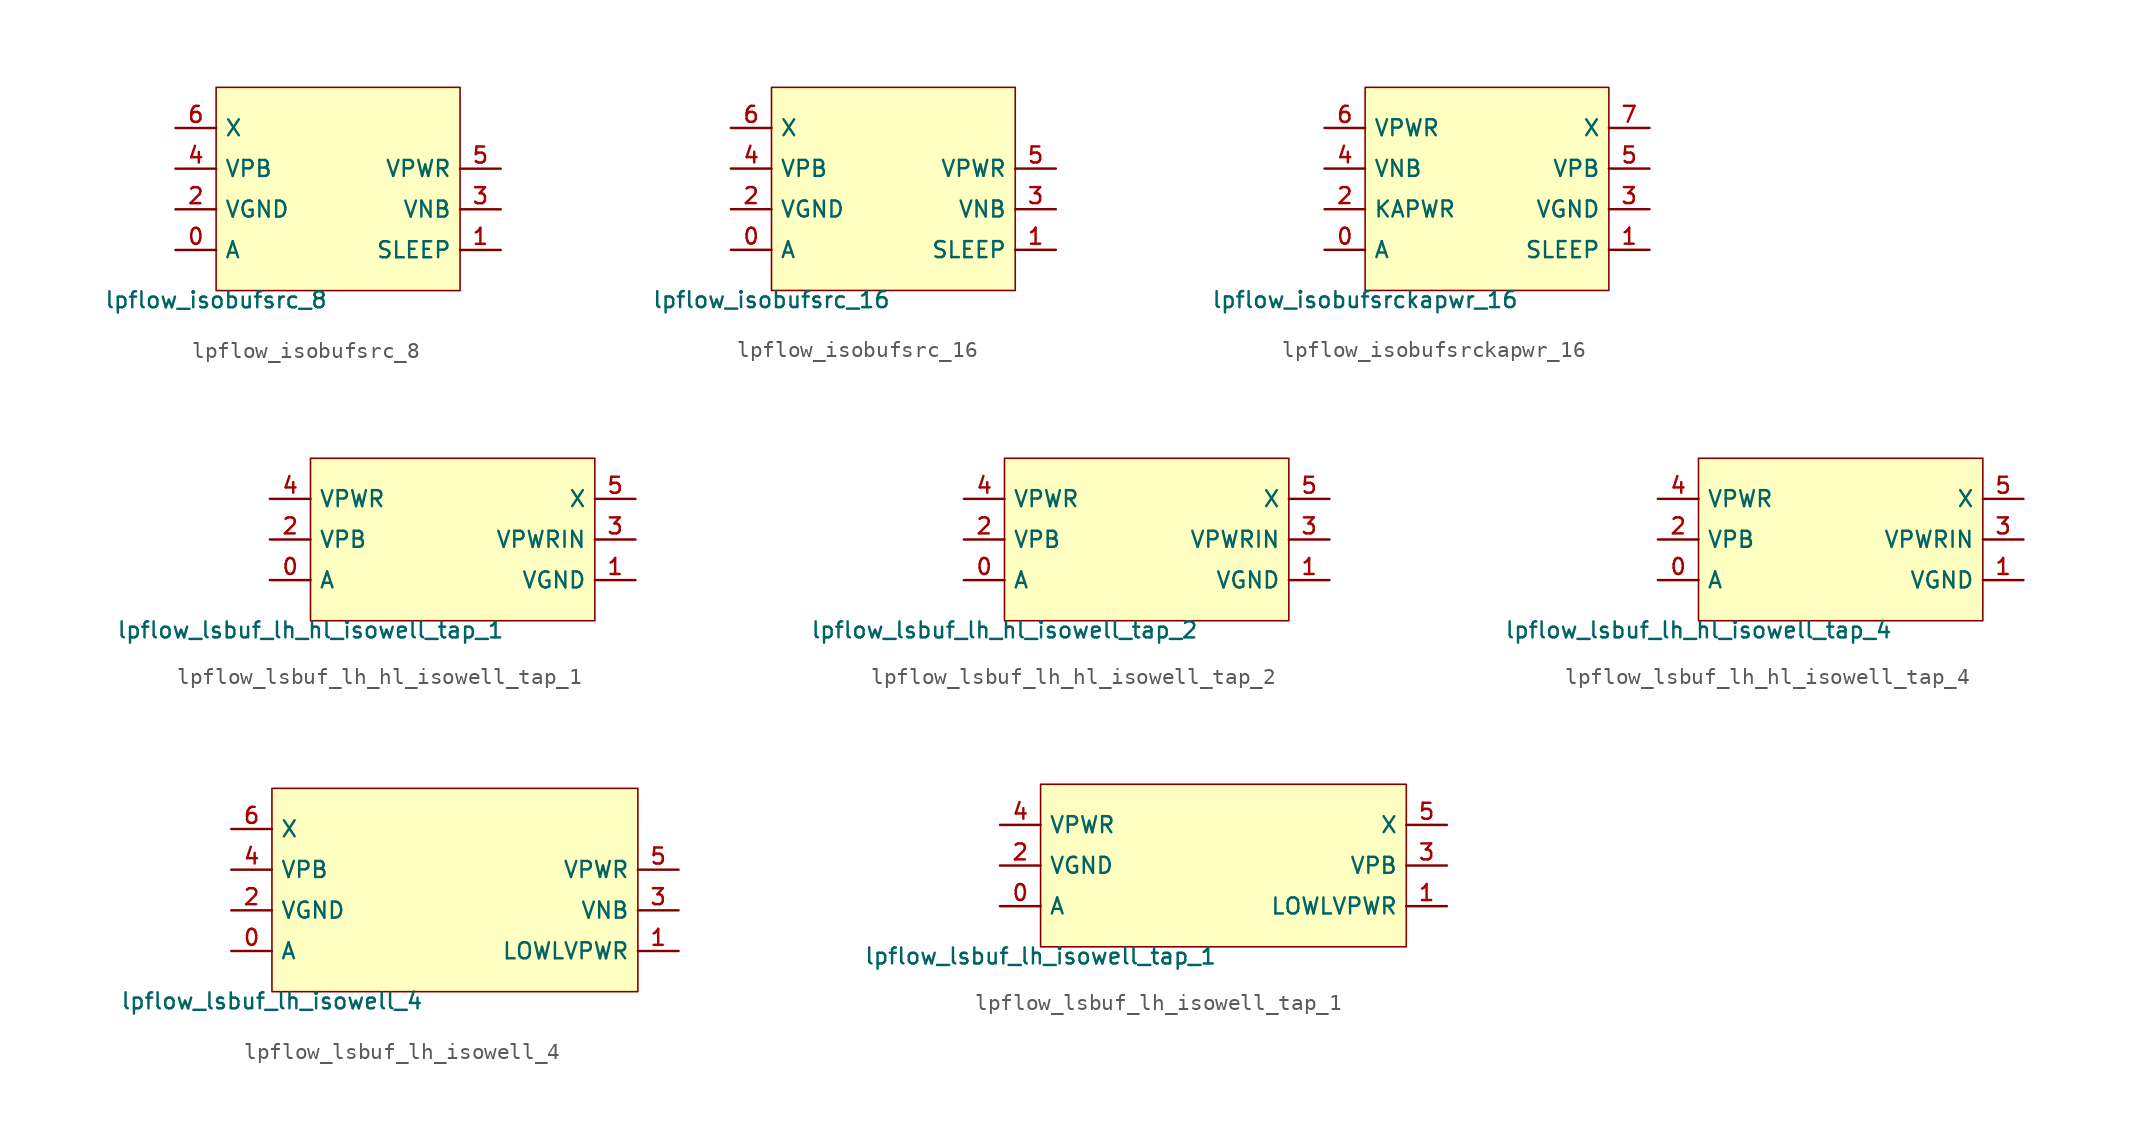
<source format=kicad_sym>
(kicad_symbol_lib
  (version 20211014)
  (generator pdk2kicad)
  (symbol "lpflow_isobufsrc_8"
    (property "Reference" "X"
      (at 0 0 0)
      (effects (font (size 1 1)) hide))
    (property "Value" "lpflow_isobufsrc_8"
      (at -7.62 -6.35 0)
      (effects (font (size 1 1)) (justify top)))
    (rectangle
      (start -7.62 -6.35)
      (end 7.62 6.35)
      (stroke (width 0.1) (type solid) (color 0 0 0 0))
      (fill (type background)))
    (pin bidirectional line
      (at -10.16 -3.81 0)
      (length 2.54)
      (name "A" (effects (font (size 1 1)) hide))
      (number "0" (effects (font (size 1 1)) hide)))
    (pin bidirectional line
      (at 10.16 -3.81 180)
      (length 2.54)
      (name "SLEEP" (effects (font (size 1 1)) hide))
      (number "1" (effects (font (size 1 1)) hide)))
    (pin bidirectional line
      (at -10.16 -1.27 0)
      (length 2.54)
      (name "VGND" (effects (font (size 1 1)) hide))
      (number "2" (effects (font (size 1 1)) hide)))
    (pin bidirectional line
      (at 10.16 -1.27 180)
      (length 2.54)
      (name "VNB" (effects (font (size 1 1)) hide))
      (number "3" (effects (font (size 1 1)) hide)))
    (pin bidirectional line
      (at -10.16 1.27 0)
      (length 2.54)
      (name "VPB" (effects (font (size 1 1)) hide))
      (number "4" (effects (font (size 1 1)) hide)))
    (pin bidirectional line
      (at 10.16 1.27 180)
      (length 2.54)
      (name "VPWR" (effects (font (size 1 1)) hide))
      (number "5" (effects (font (size 1 1)) hide)))
    (pin bidirectional line
      (at -10.16 3.81 0)
      (length 2.54)
      (name "X" (effects (font (size 1 1)) hide))
      (number "6" (effects (font (size 1 1)) hide))))
  (symbol "lpflow_isobufsrc_16"
    (property "Reference" "X"
      (at 0 0 0)
      (effects (font (size 1 1)) hide))
    (property "Value" "lpflow_isobufsrc_16"
      (at -7.62 -6.35 0)
      (effects (font (size 1 1)) (justify top)))
    (rectangle
      (start -7.62 -6.35)
      (end 7.62 6.35)
      (stroke (width 0.1) (type solid) (color 0 0 0 0))
      (fill (type background)))
    (pin bidirectional line
      (at -10.16 -3.81 0)
      (length 2.54)
      (name "A" (effects (font (size 1 1)) hide))
      (number "0" (effects (font (size 1 1)) hide)))
    (pin bidirectional line
      (at 10.16 -3.81 180)
      (length 2.54)
      (name "SLEEP" (effects (font (size 1 1)) hide))
      (number "1" (effects (font (size 1 1)) hide)))
    (pin bidirectional line
      (at -10.16 -1.27 0)
      (length 2.54)
      (name "VGND" (effects (font (size 1 1)) hide))
      (number "2" (effects (font (size 1 1)) hide)))
    (pin bidirectional line
      (at 10.16 -1.27 180)
      (length 2.54)
      (name "VNB" (effects (font (size 1 1)) hide))
      (number "3" (effects (font (size 1 1)) hide)))
    (pin bidirectional line
      (at -10.16 1.27 0)
      (length 2.54)
      (name "VPB" (effects (font (size 1 1)) hide))
      (number "4" (effects (font (size 1 1)) hide)))
    (pin bidirectional line
      (at 10.16 1.27 180)
      (length 2.54)
      (name "VPWR" (effects (font (size 1 1)) hide))
      (number "5" (effects (font (size 1 1)) hide)))
    (pin bidirectional line
      (at -10.16 3.81 0)
      (length 2.54)
      (name "X" (effects (font (size 1 1)) hide))
      (number "6" (effects (font (size 1 1)) hide))))
  (symbol "lpflow_isobufsrckapwr_16"
    (property "Reference" "X"
      (at 0 0 0)
      (effects (font (size 1 1)) hide))
    (property "Value" "lpflow_isobufsrckapwr_16"
      (at -7.62 -6.35 0)
      (effects (font (size 1 1)) (justify top)))
    (rectangle
      (start -7.62 -6.35)
      (end 7.62 6.35)
      (stroke (width 0.1) (type solid) (color 0 0 0 0))
      (fill (type background)))
    (pin bidirectional line
      (at -10.16 -3.81 0)
      (length 2.54)
      (name "A" (effects (font (size 1 1)) hide))
      (number "0" (effects (font (size 1 1)) hide)))
    (pin bidirectional line
      (at 10.16 -3.81 180)
      (length 2.54)
      (name "SLEEP" (effects (font (size 1 1)) hide))
      (number "1" (effects (font (size 1 1)) hide)))
    (pin bidirectional line
      (at -10.16 -1.27 0)
      (length 2.54)
      (name "KAPWR" (effects (font (size 1 1)) hide))
      (number "2" (effects (font (size 1 1)) hide)))
    (pin bidirectional line
      (at 10.16 -1.27 180)
      (length 2.54)
      (name "VGND" (effects (font (size 1 1)) hide))
      (number "3" (effects (font (size 1 1)) hide)))
    (pin bidirectional line
      (at -10.16 1.27 0)
      (length 2.54)
      (name "VNB" (effects (font (size 1 1)) hide))
      (number "4" (effects (font (size 1 1)) hide)))
    (pin bidirectional line
      (at 10.16 1.27 180)
      (length 2.54)
      (name "VPB" (effects (font (size 1 1)) hide))
      (number "5" (effects (font (size 1 1)) hide)))
    (pin bidirectional line
      (at -10.16 3.81 0)
      (length 2.54)
      (name "VPWR" (effects (font (size 1 1)) hide))
      (number "6" (effects (font (size 1 1)) hide)))
    (pin bidirectional line
      (at 10.16 3.81 180)
      (length 2.54)
      (name "X" (effects (font (size 1 1)) hide))
      (number "7" (effects (font (size 1 1)) hide))))
  (symbol "lpflow_lsbuf_lh_hl_isowell_tap_1"
    (property "Reference" "X"
      (at 0 0 0)
      (effects (font (size 1 1)) hide))
    (property "Value" "lpflow_lsbuf_lh_hl_isowell_tap_1"
      (at -8.89 -5.08 0)
      (effects (font (size 1 1)) (justify top)))
    (rectangle
      (start -8.89 -5.08)
      (end 8.89 5.08)
      (stroke (width 0.1) (type solid) (color 0 0 0 0))
      (fill (type background)))
    (pin bidirectional line
      (at -11.43 -2.54 0)
      (length 2.54)
      (name "A" (effects (font (size 1 1)) hide))
      (number "0" (effects (font (size 1 1)) hide)))
    (pin bidirectional line
      (at 11.43 -2.54 180)
      (length 2.54)
      (name "VGND" (effects (font (size 1 1)) hide))
      (number "1" (effects (font (size 1 1)) hide)))
    (pin bidirectional line
      (at -11.43 0.0 0)
      (length 2.54)
      (name "VPB" (effects (font (size 1 1)) hide))
      (number "2" (effects (font (size 1 1)) hide)))
    (pin bidirectional line
      (at 11.43 0.0 180)
      (length 2.54)
      (name "VPWRIN" (effects (font (size 1 1)) hide))
      (number "3" (effects (font (size 1 1)) hide)))
    (pin bidirectional line
      (at -11.43 2.54 0)
      (length 2.54)
      (name "VPWR" (effects (font (size 1 1)) hide))
      (number "4" (effects (font (size 1 1)) hide)))
    (pin bidirectional line
      (at 11.43 2.54 180)
      (length 2.54)
      (name "X" (effects (font (size 1 1)) hide))
      (number "5" (effects (font (size 1 1)) hide))))
  (symbol "lpflow_lsbuf_lh_hl_isowell_tap_2"
    (property "Reference" "X"
      (at 0 0 0)
      (effects (font (size 1 1)) hide))
    (property "Value" "lpflow_lsbuf_lh_hl_isowell_tap_2"
      (at -8.89 -5.08 0)
      (effects (font (size 1 1)) (justify top)))
    (rectangle
      (start -8.89 -5.08)
      (end 8.89 5.08)
      (stroke (width 0.1) (type solid) (color 0 0 0 0))
      (fill (type background)))
    (pin bidirectional line
      (at -11.43 -2.54 0)
      (length 2.54)
      (name "A" (effects (font (size 1 1)) hide))
      (number "0" (effects (font (size 1 1)) hide)))
    (pin bidirectional line
      (at 11.43 -2.54 180)
      (length 2.54)
      (name "VGND" (effects (font (size 1 1)) hide))
      (number "1" (effects (font (size 1 1)) hide)))
    (pin bidirectional line
      (at -11.43 0.0 0)
      (length 2.54)
      (name "VPB" (effects (font (size 1 1)) hide))
      (number "2" (effects (font (size 1 1)) hide)))
    (pin bidirectional line
      (at 11.43 0.0 180)
      (length 2.54)
      (name "VPWRIN" (effects (font (size 1 1)) hide))
      (number "3" (effects (font (size 1 1)) hide)))
    (pin bidirectional line
      (at -11.43 2.54 0)
      (length 2.54)
      (name "VPWR" (effects (font (size 1 1)) hide))
      (number "4" (effects (font (size 1 1)) hide)))
    (pin bidirectional line
      (at 11.43 2.54 180)
      (length 2.54)
      (name "X" (effects (font (size 1 1)) hide))
      (number "5" (effects (font (size 1 1)) hide))))
  (symbol "lpflow_lsbuf_lh_hl_isowell_tap_4"
    (property "Reference" "X"
      (at 0 0 0)
      (effects (font (size 1 1)) hide))
    (property "Value" "lpflow_lsbuf_lh_hl_isowell_tap_4"
      (at -8.89 -5.08 0)
      (effects (font (size 1 1)) (justify top)))
    (rectangle
      (start -8.89 -5.08)
      (end 8.89 5.08)
      (stroke (width 0.1) (type solid) (color 0 0 0 0))
      (fill (type background)))
    (pin bidirectional line
      (at -11.43 -2.54 0)
      (length 2.54)
      (name "A" (effects (font (size 1 1)) hide))
      (number "0" (effects (font (size 1 1)) hide)))
    (pin bidirectional line
      (at 11.43 -2.54 180)
      (length 2.54)
      (name "VGND" (effects (font (size 1 1)) hide))
      (number "1" (effects (font (size 1 1)) hide)))
    (pin bidirectional line
      (at -11.43 0.0 0)
      (length 2.54)
      (name "VPB" (effects (font (size 1 1)) hide))
      (number "2" (effects (font (size 1 1)) hide)))
    (pin bidirectional line
      (at 11.43 0.0 180)
      (length 2.54)
      (name "VPWRIN" (effects (font (size 1 1)) hide))
      (number "3" (effects (font (size 1 1)) hide)))
    (pin bidirectional line
      (at -11.43 2.54 0)
      (length 2.54)
      (name "VPWR" (effects (font (size 1 1)) hide))
      (number "4" (effects (font (size 1 1)) hide)))
    (pin bidirectional line
      (at 11.43 2.54 180)
      (length 2.54)
      (name "X" (effects (font (size 1 1)) hide))
      (number "5" (effects (font (size 1 1)) hide))))
  (symbol "lpflow_lsbuf_lh_isowell_4"
    (property "Reference" "X"
      (at 0 0 0)
      (effects (font (size 1 1)) hide))
    (property "Value" "lpflow_lsbuf_lh_isowell_4"
      (at -11.43 -6.35 0)
      (effects (font (size 1 1)) (justify top)))
    (rectangle
      (start -11.43 -6.35)
      (end 11.43 6.35)
      (stroke (width 0.1) (type solid) (color 0 0 0 0))
      (fill (type background)))
    (pin bidirectional line
      (at -13.97 -3.81 0)
      (length 2.54)
      (name "A" (effects (font (size 1 1)) hide))
      (number "0" (effects (font (size 1 1)) hide)))
    (pin bidirectional line
      (at 13.97 -3.81 180)
      (length 2.54)
      (name "LOWLVPWR" (effects (font (size 1 1)) hide))
      (number "1" (effects (font (size 1 1)) hide)))
    (pin bidirectional line
      (at -13.97 -1.27 0)
      (length 2.54)
      (name "VGND" (effects (font (size 1 1)) hide))
      (number "2" (effects (font (size 1 1)) hide)))
    (pin bidirectional line
      (at 13.97 -1.27 180)
      (length 2.54)
      (name "VNB" (effects (font (size 1 1)) hide))
      (number "3" (effects (font (size 1 1)) hide)))
    (pin bidirectional line
      (at -13.97 1.27 0)
      (length 2.54)
      (name "VPB" (effects (font (size 1 1)) hide))
      (number "4" (effects (font (size 1 1)) hide)))
    (pin bidirectional line
      (at 13.97 1.27 180)
      (length 2.54)
      (name "VPWR" (effects (font (size 1 1)) hide))
      (number "5" (effects (font (size 1 1)) hide)))
    (pin bidirectional line
      (at -13.97 3.81 0)
      (length 2.54)
      (name "X" (effects (font (size 1 1)) hide))
      (number "6" (effects (font (size 1 1)) hide))))
  (symbol "lpflow_lsbuf_lh_isowell_tap_1"
    (property "Reference" "X"
      (at 0 0 0)
      (effects (font (size 1 1)) hide))
    (property "Value" "lpflow_lsbuf_lh_isowell_tap_1"
      (at -11.43 -5.08 0)
      (effects (font (size 1 1)) (justify top)))
    (rectangle
      (start -11.43 -5.08)
      (end 11.43 5.08)
      (stroke (width 0.1) (type solid) (color 0 0 0 0))
      (fill (type background)))
    (pin bidirectional line
      (at -13.97 -2.54 0)
      (length 2.54)
      (name "A" (effects (font (size 1 1)) hide))
      (number "0" (effects (font (size 1 1)) hide)))
    (pin bidirectional line
      (at 13.97 -2.54 180)
      (length 2.54)
      (name "LOWLVPWR" (effects (font (size 1 1)) hide))
      (number "1" (effects (font (size 1 1)) hide)))
    (pin bidirectional line
      (at -13.97 0.0 0)
      (length 2.54)
      (name "VGND" (effects (font (size 1 1)) hide))
      (number "2" (effects (font (size 1 1)) hide)))
    (pin bidirectional line
      (at 13.97 0.0 180)
      (length 2.54)
      (name "VPB" (effects (font (size 1 1)) hide))
      (number "3" (effects (font (size 1 1)) hide)))
    (pin bidirectional line
      (at -13.97 2.54 0)
      (length 2.54)
      (name "VPWR" (effects (font (size 1 1)) hide))
      (number "4" (effects (font (size 1 1)) hide)))
    (pin bidirectional line
      (at 13.97 2.54 180)
      (length 2.54)
      (name "X" (effects (font (size 1 1)) hide))
      (number "5" (effects (font (size 1 1)) hide)))))
</source>
